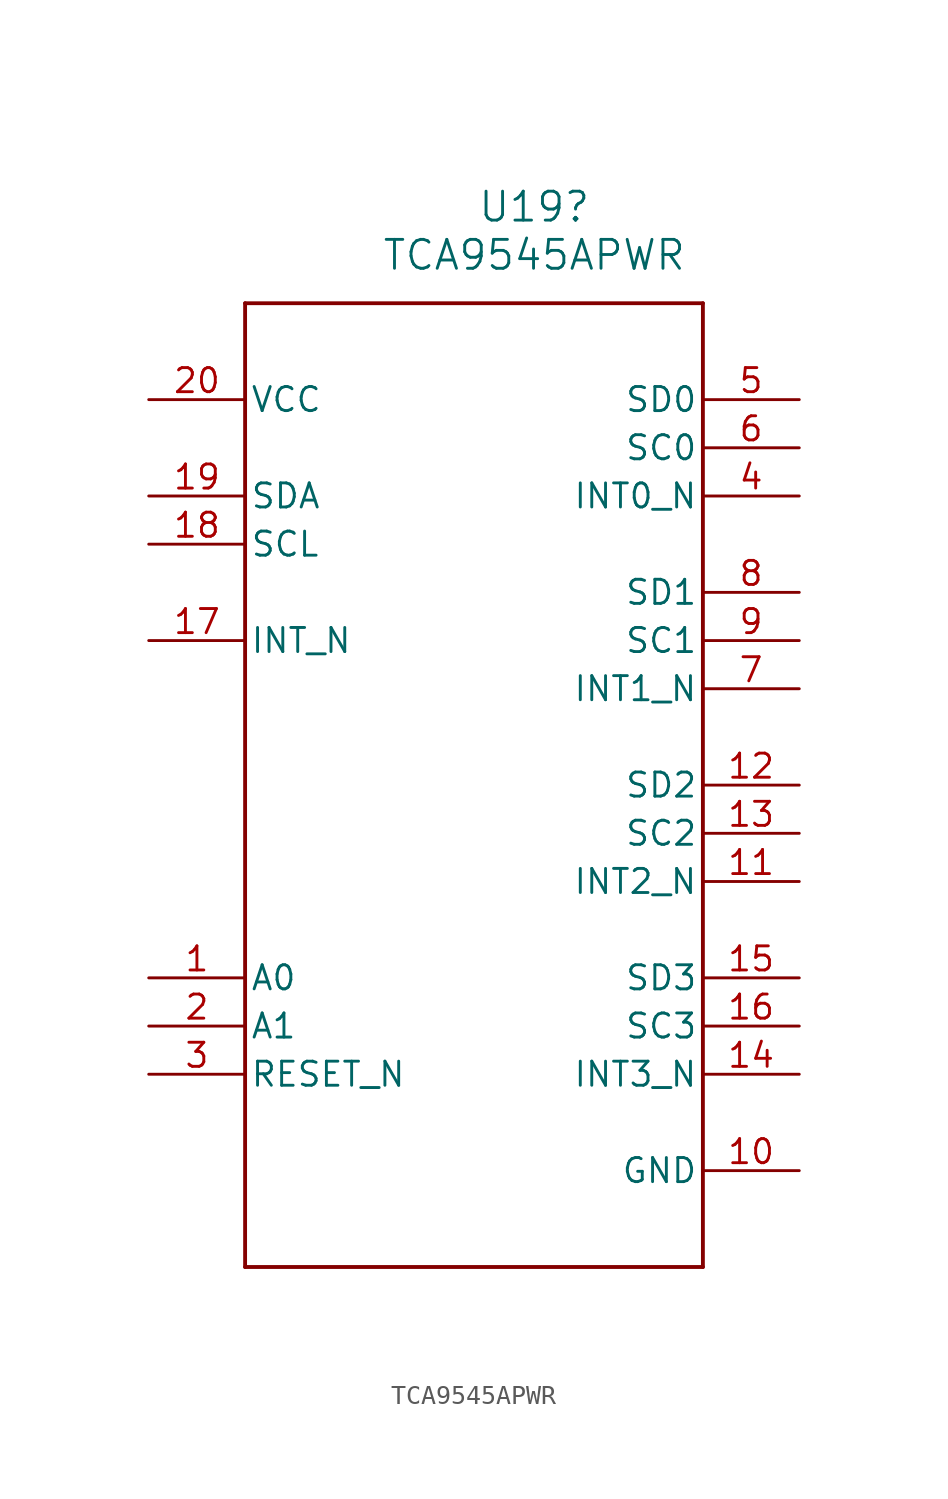
<source format=kicad_sym>
(kicad_symbol_lib
  (version 20231120)
  (generator "kicad_symbol_editor")
  (generator_version "8.0")
  (symbol "TCA9545APWR"
    (pin_names
      (offset 0.254))
    (property "Reference" "U19"
      (at 0 30.48 0)
      (effects (font (size 1.524 1.524))))
    (property "Value" "TCA9545APWR"
      (at 0 27.94 0)
      (effects (font (size 1.524 1.524))))
    (property "ki_locked" ""
      (at 0 0 0)
      (effects (font (size 1.27 1.27))))
    (symbol "TCA9545APWR_0_1"
      (polyline (pts (xy -15.24 -25.4) (xy 8.89 -25.4)) (stroke (width 0.203) (type default)) (fill (type none)))
      (polyline (pts (xy -15.24 25.4) (xy -15.24 -25.4)) (stroke (width 0.203) (type default)) (fill (type none)))
      (polyline (pts (xy 8.89 -25.4) (xy 8.89 25.4)) (stroke (width 0.203) (type default)) (fill (type none)))
      (polyline (pts (xy 8.89 25.4) (xy -15.24 25.4)) (stroke (width 0.203) (type default)) (fill (type none)))
      (pin input line (at -20.32 -10.16 0) (length 5.08) (name "A0" (effects (font (size 1.27 1.27)))) (number "1" (effects (font (size 1.27 1.27)))))
      (pin power_in line (at 13.97 -20.32 180) (length 5.08) (name "GND" (effects (font (size 1.27 1.27)))) (number "10" (effects (font (size 1.27 1.27)))))
      (pin input line (at 13.97 -5.08 180) (length 5.08) (name "INT2_N" (effects (font (size 1.27 1.27)))) (number "11" (effects (font (size 1.27 1.27)))))
      (pin bidirectional line (at 13.97 0 180) (length 5.08) (name "SD2" (effects (font (size 1.27 1.27)))) (number "12" (effects (font (size 1.27 1.27)))))
      (pin output line (at 13.97 -2.54 180) (length 5.08) (name "SC2" (effects (font (size 1.27 1.27)))) (number "13" (effects (font (size 1.27 1.27)))))
      (pin input line (at 13.97 -15.24 180) (length 5.08) (name "INT3_N" (effects (font (size 1.27 1.27)))) (number "14" (effects (font (size 1.27 1.27)))))
      (pin bidirectional line (at 13.97 -10.16 180) (length 5.08) (name "SD3" (effects (font (size 1.27 1.27)))) (number "15" (effects (font (size 1.27 1.27)))))
      (pin output line (at 13.97 -12.7 180) (length 5.08) (name "SC3" (effects (font (size 1.27 1.27)))) (number "16" (effects (font (size 1.27 1.27)))))
      (pin output line (at -20.32 7.62 0) (length 5.08) (name "INT_N" (effects (font (size 1.27 1.27)))) (number "17" (effects (font (size 1.27 1.27)))))
      (pin input line (at -20.32 12.7 0) (length 5.08) (name "SCL" (effects (font (size 1.27 1.27)))) (number "18" (effects (font (size 1.27 1.27)))))
      (pin input line (at -20.32 15.24 0) (length 5.08) (name "SDA" (effects (font (size 1.27 1.27)))) (number "19" (effects (font (size 1.27 1.27)))))
      (pin input line (at -20.32 -12.7 0) (length 5.08) (name "A1" (effects (font (size 1.27 1.27)))) (number "2" (effects (font (size 1.27 1.27)))))
      (pin power_in line (at -20.32 20.32 0) (length 5.08) (name "VCC" (effects (font (size 1.27 1.27)))) (number "20" (effects (font (size 1.27 1.27)))))
      (pin input line (at -20.32 -15.24 0) (length 5.08) (name "RESET_N" (effects (font (size 1.27 1.27)))) (number "3" (effects (font (size 1.27 1.27)))))
      (pin input line (at 13.97 15.24 180) (length 5.08) (name "INT0_N" (effects (font (size 1.27 1.27)))) (number "4" (effects (font (size 1.27 1.27)))))
      (pin bidirectional line (at 13.97 20.32 180) (length 5.08) (name "SD0" (effects (font (size 1.27 1.27)))) (number "5" (effects (font (size 1.27 1.27)))))
      (pin output line (at 13.97 17.78 180) (length 5.08) (name "SC0" (effects (font (size 1.27 1.27)))) (number "6" (effects (font (size 1.27 1.27)))))
      (pin input line (at 13.97 5.08 180) (length 5.08) (name "INT1_N" (effects (font (size 1.27 1.27)))) (number "7" (effects (font (size 1.27 1.27)))))
      (pin bidirectional line (at 13.97 10.16 180) (length 5.08) (name "SD1" (effects (font (size 1.27 1.27)))) (number "8" (effects (font (size 1.27 1.27)))))
      (pin output line (at 13.97 7.62 180) (length 5.08) (name "SC1" (effects (font (size 1.27 1.27)))) (number "9" (effects (font (size 1.27 1.27))))))))
</source>
